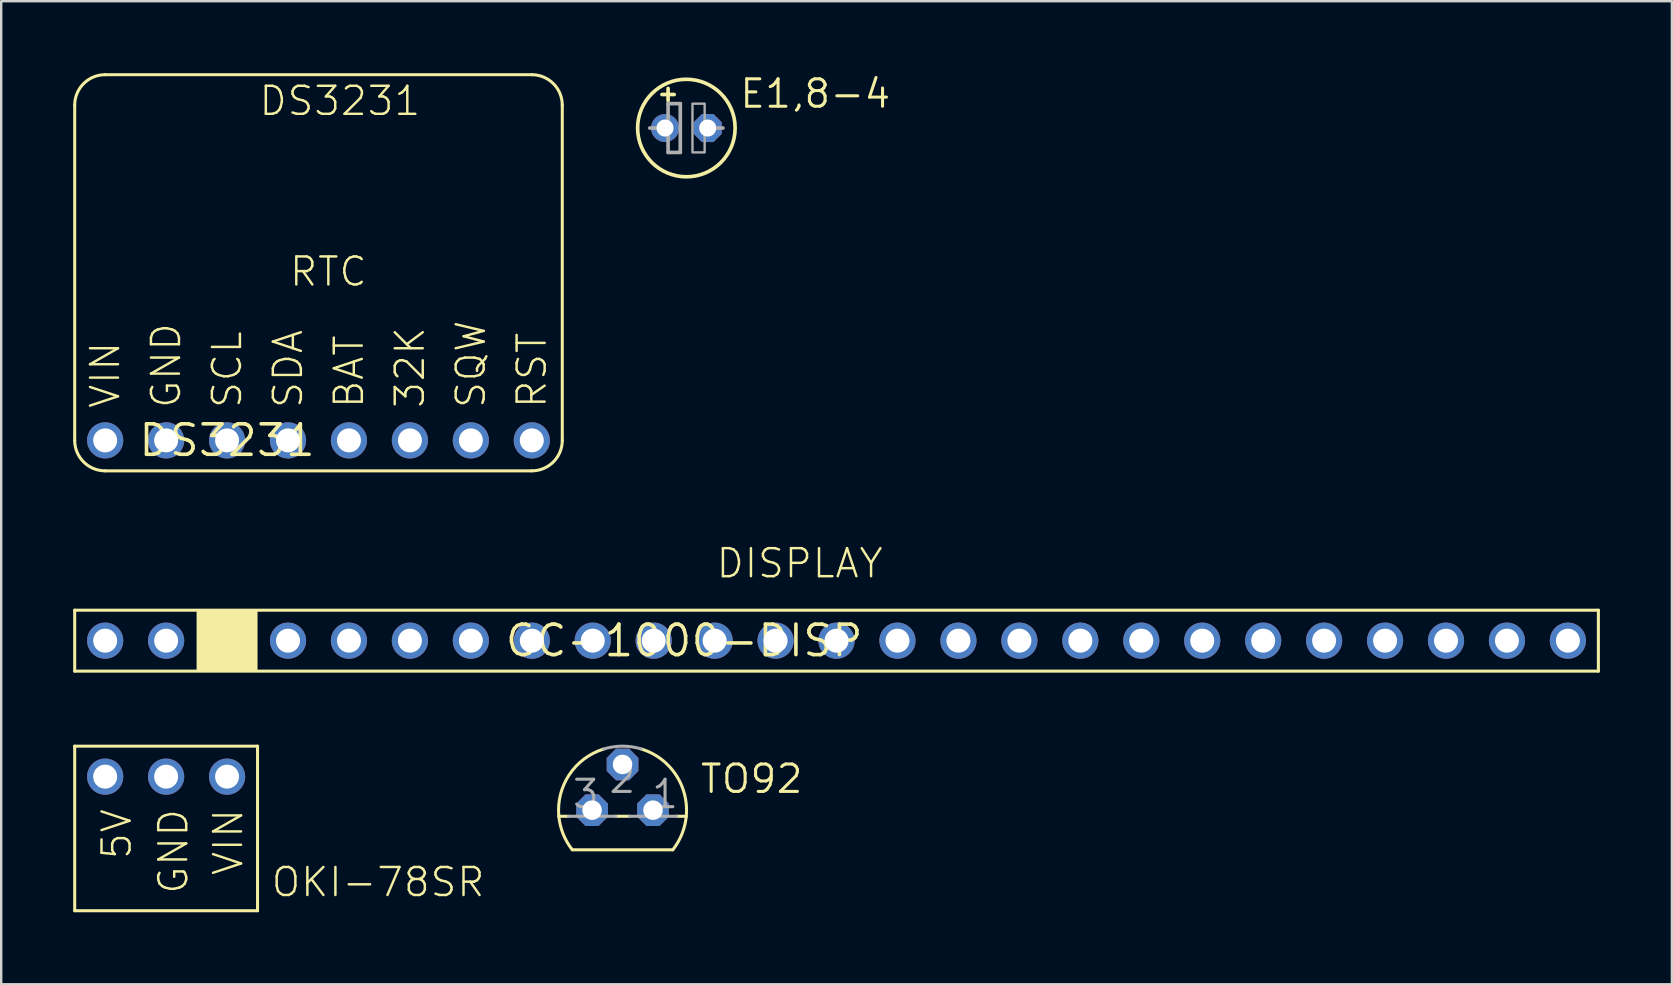
<source format=kicad_pcb>
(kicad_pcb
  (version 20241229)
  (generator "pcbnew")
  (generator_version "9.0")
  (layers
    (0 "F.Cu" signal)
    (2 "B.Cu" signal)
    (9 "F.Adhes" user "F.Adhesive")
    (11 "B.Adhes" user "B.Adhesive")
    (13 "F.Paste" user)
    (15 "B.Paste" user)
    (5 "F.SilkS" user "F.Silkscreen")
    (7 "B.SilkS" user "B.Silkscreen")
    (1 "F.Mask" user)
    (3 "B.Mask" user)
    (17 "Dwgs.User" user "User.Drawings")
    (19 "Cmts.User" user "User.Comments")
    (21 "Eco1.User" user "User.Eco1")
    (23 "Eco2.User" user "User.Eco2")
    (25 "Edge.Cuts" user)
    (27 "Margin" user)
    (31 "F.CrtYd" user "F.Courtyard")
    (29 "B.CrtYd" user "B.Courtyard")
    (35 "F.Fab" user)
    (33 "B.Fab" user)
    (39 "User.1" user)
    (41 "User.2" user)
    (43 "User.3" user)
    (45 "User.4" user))
  (footprint "GC-1000-DISP"
    (layer "F.Cu")
    (at 25.463 23.65)
    (property "Reference" "GC-1000-DISP" (at 0 0 0) (layer "F.SilkS") (effects (font (size 1.27 1.27) (thickness 0.15))))
    (fp_line (start -25.4 -1.27) (end -25.4 1.27) (stroke (width 0.127) (type solid)) (layer "F.SilkS"))
    (fp_line (start -25.4 1.27) (end 38.1 1.27) (stroke (width 0.127) (type solid)) (layer "F.SilkS"))
    (fp_line (start 38.1 -1.27) (end -25.4 -1.27) (stroke (width 0.127) (type solid)) (layer "F.SilkS"))
    (fp_line (start 38.1 1.27) (end 38.1 -1.27) (stroke (width 0.127) (type solid)) (layer "F.SilkS"))
    (fp_poly (pts (xy -20.32 1.27) (xy -17.78 1.27) (xy -17.78 -1.27) (xy -20.32 -1.27)) (stroke (width 0) (type default)) (fill yes) (layer "F.SilkS"))
    (fp_text user "DISPLAY" (at 1.27 -2.54 0) (layer "F.SilkS") (effects (font (size 1.168 1.168) (thickness 0.102)) (justify left bottom)))
    (pad "P$1" thru_hole circle (at -24.13 0) (size 1.508 1.508) (drill 1) (layers "*.Cu" "*.Mask"))
    (pad "P$2" thru_hole circle (at -21.59 0) (size 1.508 1.508) (drill 1) (layers "*.Cu" "*.Mask"))
    (pad "P$4" thru_hole circle (at -16.51 0) (size 1.508 1.508) (drill 1) (layers "*.Cu" "*.Mask"))
    (pad "P$5" thru_hole circle (at -13.97 0) (size 1.508 1.508) (drill 1) (layers "*.Cu" "*.Mask"))
    (pad "P$6" thru_hole circle (at -11.43 0) (size 1.508 1.508) (drill 1) (layers "*.Cu" "*.Mask"))
    (pad "P$7" thru_hole circle (at -8.89 0) (size 1.508 1.508) (drill 1) (layers "*.Cu" "*.Mask"))
    (pad "P$8" thru_hole circle (at -6.35 0) (size 1.508 1.508) (drill 1) (layers "*.Cu" "*.Mask"))
    (pad "P$9" thru_hole circle (at -3.81 0) (size 1.508 1.508) (drill 1) (layers "*.Cu" "*.Mask"))
    (pad "P$10" thru_hole circle (at -1.27 0) (size 1.508 1.508) (drill 1) (layers "*.Cu" "*.Mask"))
    (pad "P$11" thru_hole circle (at 1.27 0) (size 1.508 1.508) (drill 1) (layers "*.Cu" "*.Mask"))
    (pad "P$12" thru_hole circle (at 3.81 0) (size 1.508 1.508) (drill 1) (layers "*.Cu" "*.Mask"))
    (pad "P$13" thru_hole circle (at 6.35 0) (size 1.508 1.508) (drill 1) (layers "*.Cu" "*.Mask"))
    (pad "P$14" thru_hole circle (at 8.89 0) (size 1.508 1.508) (drill 1) (layers "*.Cu" "*.Mask"))
    (pad "P$15" thru_hole circle (at 11.43 0) (size 1.508 1.508) (drill 1) (layers "*.Cu" "*.Mask"))
    (pad "P$16" thru_hole circle (at 13.97 0) (size 1.508 1.508) (drill 1) (layers "*.Cu" "*.Mask"))
    (pad "P$17" thru_hole circle (at 16.51 0) (size 1.508 1.508) (drill 1) (layers "*.Cu" "*.Mask"))
    (pad "P$18" thru_hole circle (at 19.05 0) (size 1.508 1.508) (drill 1) (layers "*.Cu" "*.Mask"))
    (pad "P$19" thru_hole circle (at 21.59 0) (size 1.508 1.508) (drill 1) (layers "*.Cu" "*.Mask"))
    (pad "P$20" thru_hole circle (at 24.13 0) (size 1.508 1.508) (drill 1) (layers "*.Cu" "*.Mask"))
    (pad "P$21" thru_hole circle (at 26.67 0) (size 1.508 1.508) (drill 1) (layers "*.Cu" "*.Mask"))
    (pad "P$22" thru_hole circle (at 29.21 0) (size 1.508 1.508) (drill 1) (layers "*.Cu" "*.Mask"))
    (pad "P$23" thru_hole circle (at 31.75 0) (size 1.508 1.508) (drill 1) (layers "*.Cu" "*.Mask"))
    (pad "P$24" thru_hole circle (at 34.29 0) (size 1.508 1.508) (drill 1) (layers "*.Cu" "*.Mask"))
    (pad "P$25" thru_hole circle (at 36.83 0) (size 1.508 1.508) (drill 1) (layers "*.Cu" "*.Mask")))
  (footprint "E1,8-4"
    (layer "F.Cu")
    (at 25.555 2.286)
    (property "Reference" "E1,8-4" (at 2.159 -0.762 0) (layer "F.SilkS") (effects (font (size 1.143 1.143) (thickness 0.127)) (justify left bottom)))
    (fp_line (start -1.016 -1.397) (end -0.508 -1.397) (stroke (width 0.152) (type solid)) (layer "F.SilkS"))
    (fp_line (start -0.762 -1.143) (end -0.762 -1.651) (stroke (width 0.152) (type solid)) (layer "F.SilkS"))
    (fp_circle (center 0 0) (end 2.032 0) (stroke (width 0.152) (type solid)) (fill no) (layer "F.SilkS"))
    (fp_line (start -1.524 0) (end -0.762 0) (stroke (width 0.152) (type solid)) (layer "F.Fab"))
    (fp_line (start -0.762 -1.016) (end -0.762 0) (stroke (width 0.152) (type solid)) (layer "F.Fab"))
    (fp_line (start -0.762 0) (end -0.762 1.016) (stroke (width 0.152) (type solid)) (layer "F.Fab"))
    (fp_line (start -0.762 1.016) (end -0.254 1.016) (stroke (width 0.152) (type solid)) (layer "F.Fab"))
    (fp_line (start -0.254 -1.016) (end -0.762 -1.016) (stroke (width 0.152) (type solid)) (layer "F.Fab"))
    (fp_line (start -0.254 1.016) (end -0.254 -1.016) (stroke (width 0.152) (type solid)) (layer "F.Fab"))
    (fp_line (start 0.635 0) (end 1.524 0) (stroke (width 0.152) (type solid)) (layer "F.Fab"))
    (fp_poly (pts (xy 0.254 1.016) (xy 0.762 1.016) (xy 0.762 -1.016) (xy 0.254 -1.016)) (stroke (width 0.1) (type default)) (fill no) (layer "F.Fab"))
    (pad "+" thru_hole circle (at -0.889 0) (size 1.168 1.168) (drill 0.711) (layers "*.Cu" "*.Mask"))
    (pad "-" thru_hole roundrect (at 0.889 0) (size 1.168 1.168) (drill 0.711) (layers "*.Cu" "*.Mask") (roundrect_rratio 0.25) (chamfer_ratio 0.293) (chamfer top_left top_right bottom_left bottom_right)))
  (footprint "OKI-78SR"
    (layer "F.Cu")
    (at 2.603 29.317)
    (property "Reference" "OKI-78SR" (at 5.588 5.08 0) (layer "F.SilkS") (effects (font (size 1.168 1.168) (thickness 0.102)) (justify left bottom)))
    (fp_line (start -2.54 -1.27) (end -2.54 5.588) (stroke (width 0.127) (type solid)) (layer "F.SilkS"))
    (fp_line (start -2.54 5.588) (end 5.08 5.588) (stroke (width 0.127) (type solid)) (layer "F.SilkS"))
    (fp_line (start 5.08 -1.27) (end -2.54 -1.27) (stroke (width 0.127) (type solid)) (layer "F.SilkS"))
    (fp_line (start 5.08 5.588) (end 5.08 -1.27) (stroke (width 0.127) (type solid)) (layer "F.SilkS"))
    (fp_text user "VIN" (at 3.175 1.27 90) (layer "F.SilkS") (effects (font (size 1.168 1.168) (thickness 0.102)) (justify right top)))
    (fp_text user "5V" (at -1.473 1.27 90) (layer "F.SilkS") (effects (font (size 1.168 1.168) (thickness 0.102)) (justify right top)))
    (fp_text user "GND" (at 0.889 1.27 90) (layer "F.SilkS") (effects (font (size 1.168 1.168) (thickness 0.102)) (justify right top)))
    (pad "P$1" thru_hole circle (at 3.81 0) (size 1.508 1.508) (drill 1) (layers "*.Cu" "*.Mask"))
    (pad "P$2" thru_hole circle (at 1.27 0) (size 1.508 1.508) (drill 1) (layers "*.Cu" "*.Mask"))
    (pad "P$3" thru_hole circle (at -1.27 0) (size 1.508 1.508) (drill 1) (layers "*.Cu" "*.Mask")))
  (footprint "DS3231"
    (layer "F.Cu")
    (at 6.413 15.303)
    (property "Reference" "DS3231" (at 0 0 0) (layer "F.SilkS") (effects (font (size 1.27 1.27) (thickness 0.15))))
    (fp_line (start -6.35 0) (end -6.35 -13.97) (stroke (width 0.127) (type solid)) (layer "F.SilkS"))
    (fp_line (start -5.08 -15.24) (end 12.7 -15.24) (stroke (width 0.127) (type solid)) (layer "F.SilkS"))
    (fp_line (start -5.08 1.27) (end 12.7 1.27) (stroke (width 0.127) (type solid)) (layer "F.SilkS"))
    (fp_line (start 13.97 -13.97) (end 13.97 0) (stroke (width 0.127) (type solid)) (layer "F.SilkS"))
    (fp_arc (start -6.35 -13.97) (mid -5.978026 -14.868026) (end -5.08 -15.24) (stroke (width 0.127) (type solid)) (layer "F.SilkS"))
    (fp_arc (start -5.08 1.27) (mid -5.978026 0.898026) (end -6.35 0) (stroke (width 0.127) (type solid)) (layer "F.SilkS"))
    (fp_arc (start 12.7 -15.24) (mid 13.598026 -14.868026) (end 13.97 -13.97) (stroke (width 0.127) (type solid)) (layer "F.SilkS"))
    (fp_arc (start 13.97 0) (mid 13.598026 0.898026) (end 12.7 1.27) (stroke (width 0.127) (type solid)) (layer "F.SilkS"))
    (fp_text user "SDA" (at 2.54 -1.27 90) (layer "F.SilkS") (effects (font (size 1.168 1.168) (thickness 0.102)) (justify left)))
    (fp_text user "RST" (at 12.7 -1.27 90) (layer "F.SilkS") (effects (font (size 1.168 1.168) (thickness 0.102)) (justify left)))
    (fp_text user "VIN" (at -5.08 -1.27 90) (layer "F.SilkS") (effects (font (size 1.168 1.168) (thickness 0.102)) (justify left)))
    (fp_text user "32K" (at 7.62 -1.27 90) (layer "F.SilkS") (effects (font (size 1.168 1.168) (thickness 0.102)) (justify left)))
    (fp_text user "SCL" (at 0 -1.27 90) (layer "F.SilkS") (effects (font (size 1.168 1.168) (thickness 0.102)) (justify left)))
    (fp_text user "RTC" (at 2.54 -6.35 0) (layer "F.SilkS") (effects (font (size 1.168 1.168) (thickness 0.102)) (justify left bottom)))
    (fp_text user "SQW" (at 10.16 -1.27 90) (layer "F.SilkS") (effects (font (size 1.168 1.168) (thickness 0.102)) (justify left)))
    (fp_text user "BAT" (at 5.08 -1.27 90) (layer "F.SilkS") (effects (font (size 1.168 1.168) (thickness 0.102)) (justify left)))
    (fp_text user "DS3231" (at 1.27 -13.462 0) (layer "F.SilkS") (effects (font (size 1.168 1.168) (thickness 0.102)) (justify left bottom)))
    (fp_text user "GND" (at -2.54 -1.27 90) (layer "F.SilkS") (effects (font (size 1.168 1.168) (thickness 0.102)) (justify left)))
    (pad "P$1" thru_hole circle (at -5.08 0) (size 1.508 1.508) (drill 1) (layers "*.Cu" "*.Mask"))
    (pad "P$2" thru_hole circle (at -2.54 0) (size 1.508 1.508) (drill 1) (layers "*.Cu" "*.Mask"))
    (pad "P$3" thru_hole circle (at 0 0) (size 1.508 1.508) (drill 1) (layers "*.Cu" "*.Mask"))
    (pad "P$4" thru_hole circle (at 2.54 0) (size 1.508 1.508) (drill 1) (layers "*.Cu" "*.Mask"))
    (pad "P$5" thru_hole circle (at 5.08 0) (size 1.508 1.508) (drill 1) (layers "*.Cu" "*.Mask"))
    (pad "P$6" thru_hole circle (at 7.62 0) (size 1.508 1.508) (drill 1) (layers "*.Cu" "*.Mask"))
    (pad "P$7" thru_hole circle (at 10.16 0) (size 1.508 1.508) (drill 1) (layers "*.Cu" "*.Mask"))
    (pad "P$8" thru_hole circle (at 12.7 0) (size 1.508 1.508) (drill 1) (layers "*.Cu" "*.Mask")))
  (footprint "TO92"
    (layer "F.Cu")
    (at 22.895 30.714)
    (property "Reference" "TO92" (at 3.175 -0.635 0) (layer "F.SilkS") (effects (font (size 1.143 1.143) (thickness 0.127)) (justify left bottom)))
    (fp_line (start -2.655 0.254) (end -2.254 0.254) (stroke (width 0.127) (type solid)) (layer "F.SilkS"))
    (fp_line (start -2.095 1.651) (end 2.095 1.651) (stroke (width 0.127) (type solid)) (layer "F.SilkS"))
    (fp_line (start -0.286 0.254) (end 0.286 0.254) (stroke (width 0.127) (type solid)) (layer "F.SilkS"))
    (fp_line (start 2.254 0.254) (end 2.655 0.254) (stroke (width 0.127) (type solid)) (layer "F.SilkS"))
    (fp_arc (start -2.6549 0.254) (mid -2.219001 -1.479566) (end -0.786299 -2.548501) (stroke (width 0.127) (type solid)) (layer "F.SilkS"))
    (fp_arc (start -2.0946 1.651) (mid -2.475347 0.992847) (end -2.654901 0.254) (stroke (width 0.127) (type solid)) (layer "F.SilkS"))
    (fp_arc (start 0.7863 -2.5484) (mid 2.546275 -0.793203) (end 2.094499 1.651) (stroke (width 0.127) (type solid)) (layer "F.SilkS"))
    (fp_line (start -2.254 0.254) (end -0.286 0.254) (stroke (width 0.127) (type solid)) (layer "F.Fab"))
    (fp_line (start 0.286 0.254) (end 2.254 0.254) (stroke (width 0.127) (type solid)) (layer "F.Fab"))
    (fp_arc (start -0.7863 -2.5485) (mid 0 -2.667043) (end 0.7863 -2.5485) (stroke (width 0.127) (type solid)) (layer "F.Fab"))
    (fp_text user "2" (at -0.635 -0.635 0) (layer "F.Fab") (effects (font (size 1.143 1.143) (thickness 0.127)) (justify left bottom)))
    (fp_text user "1" (at 1.143 0 0) (layer "F.Fab") (effects (font (size 1.143 1.143) (thickness 0.127)) (justify left bottom)))
    (fp_text user "3" (at -2.159 0 0) (layer "F.Fab") (effects (font (size 1.143 1.143) (thickness 0.127)) (justify left bottom)))
    (pad "1" thru_hole roundrect (at 1.27 0) (size 1.321 1.321) (drill 0.813) (layers "*.Cu" "*.Mask") (roundrect_rratio 0.25) (chamfer_ratio 0.293) (chamfer top_left top_right bottom_left bottom_right))
    (pad "2" thru_hole roundrect (at 0 -1.905) (size 1.321 1.321) (drill 0.813) (layers "*.Cu" "*.Mask") (roundrect_rratio 0.25) (chamfer_ratio 0.293) (chamfer top_left top_right bottom_left bottom_right))
    (pad "3" thru_hole roundrect (at -1.27 0) (size 1.321 1.321) (drill 0.813) (layers "*.Cu" "*.Mask") (roundrect_rratio 0.25) (chamfer_ratio 0.293) (chamfer top_left top_right bottom_left bottom_right)))
  (gr_rect
    (start -3 -3)
    (end 66.627 37.969)
    (stroke (width 0.1) (type default))
    (fill no)
    (layer "Edge.Cuts")))
</source>
